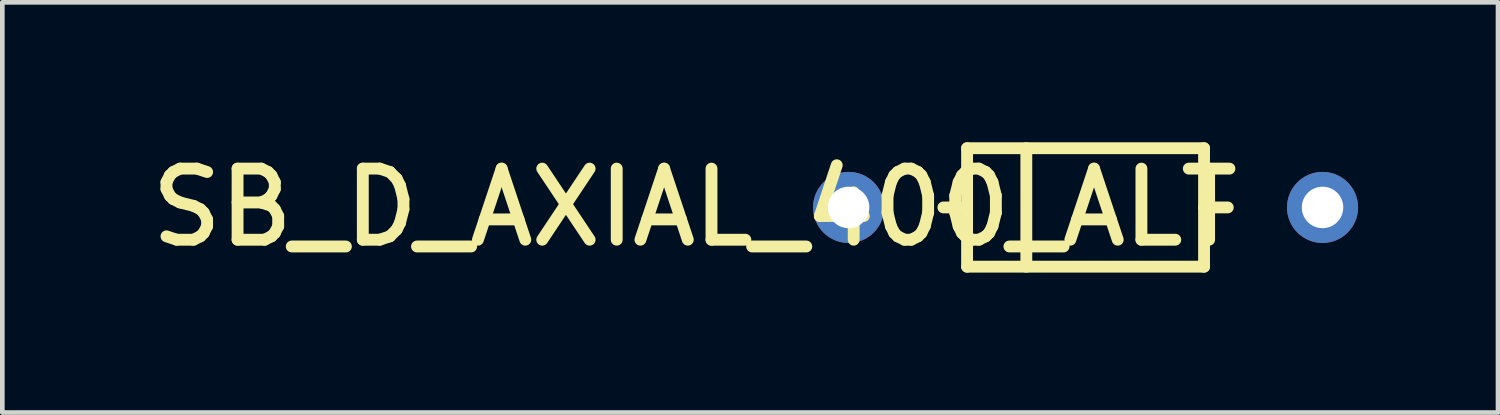
<source format=kicad_pcb>
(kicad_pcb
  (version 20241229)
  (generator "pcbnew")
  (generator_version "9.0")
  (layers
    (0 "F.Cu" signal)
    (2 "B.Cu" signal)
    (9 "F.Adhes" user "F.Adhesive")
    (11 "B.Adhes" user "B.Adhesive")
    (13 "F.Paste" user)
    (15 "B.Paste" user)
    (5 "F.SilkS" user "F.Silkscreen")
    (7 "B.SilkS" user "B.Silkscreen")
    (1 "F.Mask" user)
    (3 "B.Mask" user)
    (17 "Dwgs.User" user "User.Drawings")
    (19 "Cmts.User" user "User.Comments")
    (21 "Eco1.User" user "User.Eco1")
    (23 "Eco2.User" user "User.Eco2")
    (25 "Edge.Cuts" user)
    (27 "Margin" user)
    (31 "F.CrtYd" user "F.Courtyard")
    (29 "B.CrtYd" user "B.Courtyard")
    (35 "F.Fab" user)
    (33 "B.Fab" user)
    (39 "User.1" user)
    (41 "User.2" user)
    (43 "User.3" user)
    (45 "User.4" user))
  (footprint "SB_D_AXIAL_400_ALT"
    (layer "F.Cu")
    (at 15.142 1.397)
    (property "Reference" "SB_D_AXIAL_400_ALT" (at -3.302 0 0) (layer "F.SilkS") (effects (font (size 1.524 1.524) (thickness 0.254))))
    (attr through_hole)
    (fp_line (start 2.54 -1.27) (end 2.54 1.27) (stroke (width 0.254) (type solid)) (layer "F.SilkS"))
    (fp_line (start 2.54 -1.27) (end 7.62 -1.27) (stroke (width 0.254) (type solid)) (layer "F.SilkS"))
    (fp_line (start 2.54 0) (end 2.032 0) (stroke (width 0.254) (type solid)) (layer "F.SilkS"))
    (fp_line (start 2.54 1.27) (end 7.62 1.27) (stroke (width 0.254) (type solid)) (layer "F.SilkS"))
    (fp_line (start 3.81 -1.27) (end 3.81 1.27) (stroke (width 0.254) (type solid)) (layer "F.SilkS"))
    (fp_line (start 7.62 0) (end 8.128 0) (stroke (width 0.254) (type solid)) (layer "F.SilkS"))
    (fp_line (start 7.62 1.27) (end 7.62 -1.27) (stroke (width 0.254) (type solid)) (layer "F.SilkS"))
    (pad "1" thru_hole circle (at 0 0 270) (size 1.524 1.524) (drill 0.889) (layers "*.Cu" "*.Mask"))
    (pad "2" thru_hole circle (at 10.16 0 270) (size 1.524 1.524) (drill 0.889) (layers "*.Cu" "*.Mask")))
  (gr_rect
    (start -3 -3)
    (end 29.064 5.794)
    (stroke (width 0.1) (type default))
    (fill no)
    (layer "Edge.Cuts")))
</source>
